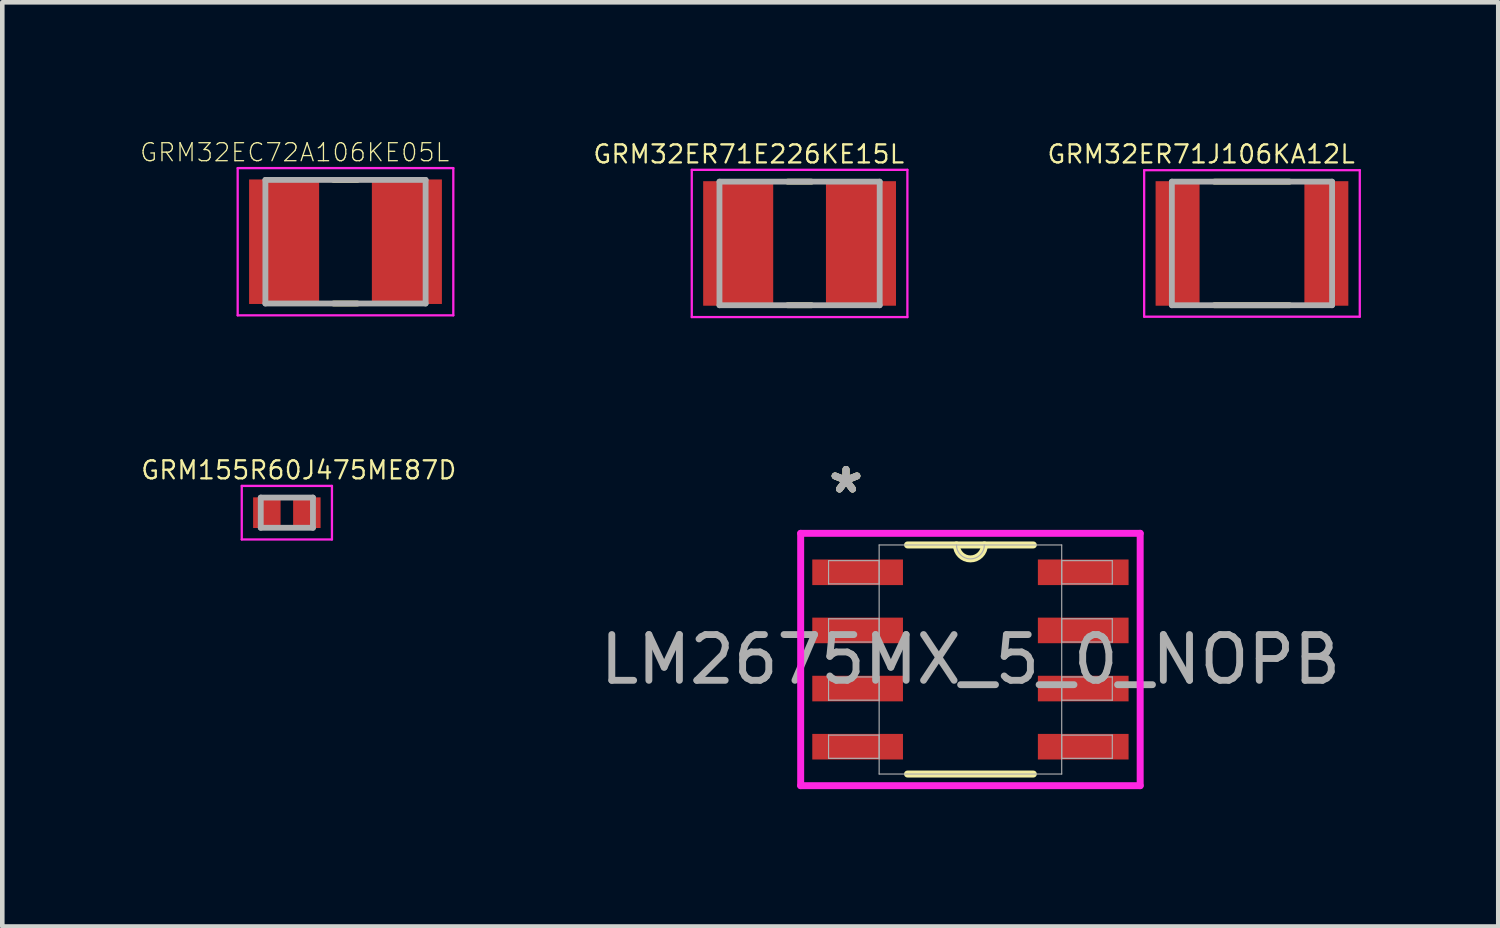
<source format=kicad_pcb>
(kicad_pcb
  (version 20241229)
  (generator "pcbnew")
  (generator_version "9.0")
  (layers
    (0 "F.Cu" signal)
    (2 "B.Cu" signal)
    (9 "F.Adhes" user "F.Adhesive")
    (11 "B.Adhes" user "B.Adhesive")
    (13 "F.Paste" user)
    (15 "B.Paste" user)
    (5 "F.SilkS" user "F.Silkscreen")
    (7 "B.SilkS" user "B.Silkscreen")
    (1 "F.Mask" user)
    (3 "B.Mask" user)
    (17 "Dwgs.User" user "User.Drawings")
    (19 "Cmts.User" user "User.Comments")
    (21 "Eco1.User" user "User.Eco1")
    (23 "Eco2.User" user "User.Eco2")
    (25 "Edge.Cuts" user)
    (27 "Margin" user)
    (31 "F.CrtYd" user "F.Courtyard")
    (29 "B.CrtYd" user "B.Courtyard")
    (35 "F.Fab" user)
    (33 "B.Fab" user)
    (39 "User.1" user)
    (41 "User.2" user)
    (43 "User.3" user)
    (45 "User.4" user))
  (footprint "GRM32ER71J106KA12L"
    (layer "F.Cu")
    (at 24.298 2.268)
    (property "Reference" "GRM32ER71J106KA12L" (at -1.11 -1.95 0) (layer "F.SilkS") (effects (font (size 0.394 0.394) (thickness 0.05))))
    (attr smd)
    (fp_line (start -0.82 -1.35) (end 0.82 -1.35) (stroke (width 0.127) (type solid)) (layer "F.SilkS"))
    (fp_line (start -0.82 1.35) (end 0.82 1.35) (stroke (width 0.127) (type solid)) (layer "F.SilkS"))
    (fp_line (start -2.355 -1.6) (end 2.355 -1.6) (stroke (width 0.05) (type solid)) (layer "F.CrtYd"))
    (fp_line (start -2.355 1.6) (end -2.355 -1.6) (stroke (width 0.05) (type solid)) (layer "F.CrtYd"))
    (fp_line (start -2.355 1.6) (end 2.355 1.6) (stroke (width 0.05) (type solid)) (layer "F.CrtYd"))
    (fp_line (start 2.355 1.6) (end 2.355 -1.6) (stroke (width 0.05) (type solid)) (layer "F.CrtYd"))
    (fp_line (start -1.75 1.35) (end -1.75 -1.35) (stroke (width 0.127) (type solid)) (layer "F.Fab"))
    (fp_line (start 1.75 -1.35) (end -1.75 -1.35) (stroke (width 0.127) (type solid)) (layer "F.Fab"))
    (fp_line (start 1.75 1.35) (end -1.75 1.35) (stroke (width 0.127) (type solid)) (layer "F.Fab"))
    (fp_line (start 1.75 1.35) (end 1.75 -1.35) (stroke (width 0.127) (type solid)) (layer "F.Fab"))
    (pad "1" smd rect (at -1.625 0) (size 0.96 2.72) (layers "F.Cu" "F.Mask" "F.Paste"))
    (pad "2" smd rect (at 1.625 0) (size 0.96 2.72) (layers "F.Cu" "F.Mask" "F.Paste")))
  (footprint "GRM32ER71E226KE15L"
    (layer "F.Cu")
    (at 14.416 2.268)
    (property "Reference" "GRM32ER71E226KE15L" (at -1.11 -1.95 0) (layer "F.SilkS") (effects (font (size 0.394 0.394) (thickness 0.05))))
    (attr smd)
    (fp_line (start -0.26 -1.35) (end 0.26 -1.35) (stroke (width 0.127) (type solid)) (layer "F.SilkS"))
    (fp_line (start -0.26 1.35) (end 0.26 1.35) (stroke (width 0.127) (type solid)) (layer "F.SilkS"))
    (fp_line (start -2.355 -1.608) (end 2.355 -1.608) (stroke (width 0.05) (type solid)) (layer "F.CrtYd"))
    (fp_line (start -2.355 1.608) (end -2.355 -1.608) (stroke (width 0.05) (type solid)) (layer "F.CrtYd"))
    (fp_line (start -2.355 1.608) (end 2.355 1.608) (stroke (width 0.05) (type solid)) (layer "F.CrtYd"))
    (fp_line (start 2.355 1.608) (end 2.355 -1.608) (stroke (width 0.05) (type solid)) (layer "F.CrtYd"))
    (fp_line (start -1.75 1.35) (end -1.75 -1.35) (stroke (width 0.127) (type solid)) (layer "F.Fab"))
    (fp_line (start 1.75 -1.35) (end -1.75 -1.35) (stroke (width 0.127) (type solid)) (layer "F.Fab"))
    (fp_line (start 1.75 1.35) (end -1.75 1.35) (stroke (width 0.127) (type solid)) (layer "F.Fab"))
    (fp_line (start 1.75 1.35) (end 1.75 -1.35) (stroke (width 0.127) (type solid)) (layer "F.Fab"))
    (pad "1" smd rect (at -1.341 0) (size 1.53 2.72) (layers "F.Cu" "F.Mask" "F.Paste"))
    (pad "2" smd rect (at 1.341 0) (size 1.53 2.72) (layers "F.Cu" "F.Mask" "F.Paste")))
  (footprint "LM2675MX_5_0_NOPB"
    (layer "F.Cu")
    (at 18.148 11.356)
    (property "Reference" "LM2675MX_5_0_NOPB" (at 0 0 0) (unlocked yes) (layer "F.SilkS") (effects (font (size 1 1) (thickness 0.05))))
    (attr smd)
    (fp_line (start -1.374 2.502) (end 1.374 2.502) (stroke (width 0.152) (type solid)) (layer "F.SilkS"))
    (fp_line (start 1.374 -2.502) (end -1.374 -2.502) (stroke (width 0.152) (type solid)) (layer "F.SilkS"))
    (fp_arc (start 0.3048 -2.5019) (mid 0 -2.1971) (end -0.3048 -2.5019) (stroke (width 0.1524) (type solid)) (layer "F.SilkS"))
    (fp_line (start -3.708 -2.756) (end 3.708 -2.756) (stroke (width 0.152) (type solid)) (layer "F.CrtYd"))
    (fp_line (start -3.708 2.756) (end -3.708 -2.756) (stroke (width 0.152) (type solid)) (layer "F.CrtYd"))
    (fp_line (start 3.708 -2.756) (end 3.708 2.756) (stroke (width 0.152) (type solid)) (layer "F.CrtYd"))
    (fp_line (start 3.708 2.756) (end -3.708 2.756) (stroke (width 0.152) (type solid)) (layer "F.CrtYd"))
    (fp_line (start -3.099 -2.159) (end -3.099 -1.651) (stroke (width 0.025) (type solid)) (layer "F.Fab"))
    (fp_line (start -3.099 -1.651) (end -1.994 -1.651) (stroke (width 0.025) (type solid)) (layer "F.Fab"))
    (fp_line (start -3.099 -0.889) (end -3.099 -0.381) (stroke (width 0.025) (type solid)) (layer "F.Fab"))
    (fp_line (start -3.099 -0.381) (end -1.994 -0.381) (stroke (width 0.025) (type solid)) (layer "F.Fab"))
    (fp_line (start -3.099 0.381) (end -3.099 0.889) (stroke (width 0.025) (type solid)) (layer "F.Fab"))
    (fp_line (start -3.099 0.889) (end -1.994 0.889) (stroke (width 0.025) (type solid)) (layer "F.Fab"))
    (fp_line (start -3.099 1.651) (end -3.099 2.159) (stroke (width 0.025) (type solid)) (layer "F.Fab"))
    (fp_line (start -3.099 2.159) (end -1.994 2.159) (stroke (width 0.025) (type solid)) (layer "F.Fab"))
    (fp_line (start -1.994 -2.502) (end -1.994 2.502) (stroke (width 0.025) (type solid)) (layer "F.Fab"))
    (fp_line (start -1.994 -2.159) (end -3.099 -2.159) (stroke (width 0.025) (type solid)) (layer "F.Fab"))
    (fp_line (start -1.994 -1.651) (end -1.994 -2.159) (stroke (width 0.025) (type solid)) (layer "F.Fab"))
    (fp_line (start -1.994 -0.889) (end -3.099 -0.889) (stroke (width 0.025) (type solid)) (layer "F.Fab"))
    (fp_line (start -1.994 -0.381) (end -1.994 -0.889) (stroke (width 0.025) (type solid)) (layer "F.Fab"))
    (fp_line (start -1.994 0.381) (end -3.099 0.381) (stroke (width 0.025) (type solid)) (layer "F.Fab"))
    (fp_line (start -1.994 0.889) (end -1.994 0.381) (stroke (width 0.025) (type solid)) (layer "F.Fab"))
    (fp_line (start -1.994 1.651) (end -3.099 1.651) (stroke (width 0.025) (type solid)) (layer "F.Fab"))
    (fp_line (start -1.994 2.159) (end -1.994 1.651) (stroke (width 0.025) (type solid)) (layer "F.Fab"))
    (fp_line (start -1.994 2.502) (end 1.994 2.502) (stroke (width 0.025) (type solid)) (layer "F.Fab"))
    (fp_line (start 1.994 -2.502) (end -1.994 -2.502) (stroke (width 0.025) (type solid)) (layer "F.Fab"))
    (fp_line (start 1.994 -2.159) (end 1.994 -1.651) (stroke (width 0.025) (type solid)) (layer "F.Fab"))
    (fp_line (start 1.994 -1.651) (end 3.099 -1.651) (stroke (width 0.025) (type solid)) (layer "F.Fab"))
    (fp_line (start 1.994 -0.889) (end 1.994 -0.381) (stroke (width 0.025) (type solid)) (layer "F.Fab"))
    (fp_line (start 1.994 -0.381) (end 3.099 -0.381) (stroke (width 0.025) (type solid)) (layer "F.Fab"))
    (fp_line (start 1.994 0.381) (end 1.994 0.889) (stroke (width 0.025) (type solid)) (layer "F.Fab"))
    (fp_line (start 1.994 0.889) (end 3.099 0.889) (stroke (width 0.025) (type solid)) (layer "F.Fab"))
    (fp_line (start 1.994 1.651) (end 1.994 2.159) (stroke (width 0.025) (type solid)) (layer "F.Fab"))
    (fp_line (start 1.994 2.159) (end 3.099 2.159) (stroke (width 0.025) (type solid)) (layer "F.Fab"))
    (fp_line (start 1.994 2.502) (end 1.994 -2.502) (stroke (width 0.025) (type solid)) (layer "F.Fab"))
    (fp_line (start 3.099 -2.159) (end 1.994 -2.159) (stroke (width 0.025) (type solid)) (layer "F.Fab"))
    (fp_line (start 3.099 -1.651) (end 3.099 -2.159) (stroke (width 0.025) (type solid)) (layer "F.Fab"))
    (fp_line (start 3.099 -0.889) (end 1.994 -0.889) (stroke (width 0.025) (type solid)) (layer "F.Fab"))
    (fp_line (start 3.099 -0.381) (end 3.099 -0.889) (stroke (width 0.025) (type solid)) (layer "F.Fab"))
    (fp_line (start 3.099 0.381) (end 1.994 0.381) (stroke (width 0.025) (type solid)) (layer "F.Fab"))
    (fp_line (start 3.099 0.889) (end 3.099 0.381) (stroke (width 0.025) (type solid)) (layer "F.Fab"))
    (fp_line (start 3.099 1.651) (end 1.994 1.651) (stroke (width 0.025) (type solid)) (layer "F.Fab"))
    (fp_line (start 3.099 2.159) (end 3.099 1.651) (stroke (width 0.025) (type solid)) (layer "F.Fab"))
    (fp_arc (start 0.3048 -2.5019) (mid 0 -2.1971) (end -0.3048 -2.5019) (stroke (width 0.0254) (type solid)) (layer "F.Fab"))
    (fp_text user "*" (at -2.718 -3.607 0) (unlocked yes) (layer "F.SilkS") (effects (font (size 1 1) (thickness 0.15))))
    (fp_text user "*" (at -2.718 -3.607 0) (layer "F.SilkS") (effects (font (size 1 1) (thickness 0.15))))
    (fp_text user "*" (at -2.718 -3.607 0) (layer "F.Fab") (effects (font (size 1 1) (thickness 0.15))))
    (fp_text user "*" (at -2.718 -3.607 0) (unlocked yes) (layer "F.Fab") (effects (font (size 1 1) (thickness 0.15))))
    (fp_text user "${REFERENCE}" (at 0 0 0) (unlocked yes) (layer "F.Fab") (effects (font (size 1 1) (thickness 0.15))))
    (pad "1" smd rect (at -2.464 -1.905) (size 1.981 0.559) (layers "F.Cu" "F.Mask" "F.Paste"))
    (pad "2" smd rect (at -2.464 -0.635) (size 1.981 0.559) (layers "F.Cu" "F.Mask" "F.Paste"))
    (pad "3" smd rect (at -2.464 0.635) (size 1.981 0.559) (layers "F.Cu" "F.Mask" "F.Paste"))
    (pad "4" smd rect (at -2.464 1.905) (size 1.981 0.559) (layers "F.Cu" "F.Mask" "F.Paste"))
    (pad "5" smd rect (at 2.464 1.905) (size 1.981 0.559) (layers "F.Cu" "F.Mask" "F.Paste"))
    (pad "6" smd rect (at 2.464 0.635) (size 1.981 0.559) (layers "F.Cu" "F.Mask" "F.Paste"))
    (pad "7" smd rect (at 2.464 -0.635) (size 1.981 0.559) (layers "F.Cu" "F.Mask" "F.Paste"))
    (pad "8" smd rect (at 2.464 -1.905) (size 1.981 0.559) (layers "F.Cu" "F.Mask" "F.Paste")))
  (footprint "GRM32EC72A106KE05L"
    (layer "F.Cu")
    (at 4.497 2.23)
    (property "Reference" "GRM32EC72A106KE05L" (at -1.11 -1.95 0) (layer "F.SilkS") (effects (font (size 0.394 0.394) (thickness 0.028))))
    (attr smd)
    (fp_line (start -0.26 -1.35) (end 0.26 -1.35) (stroke (width 0.127) (type solid)) (layer "F.SilkS"))
    (fp_line (start -0.26 1.35) (end 0.26 1.35) (stroke (width 0.127) (type solid)) (layer "F.SilkS"))
    (fp_line (start -2.355 -1.608) (end 2.355 -1.608) (stroke (width 0.05) (type solid)) (layer "F.CrtYd"))
    (fp_line (start -2.355 1.608) (end -2.355 -1.608) (stroke (width 0.05) (type solid)) (layer "F.CrtYd"))
    (fp_line (start -2.355 1.608) (end 2.355 1.608) (stroke (width 0.05) (type solid)) (layer "F.CrtYd"))
    (fp_line (start 2.355 1.608) (end 2.355 -1.608) (stroke (width 0.05) (type solid)) (layer "F.CrtYd"))
    (fp_line (start -1.75 1.35) (end -1.75 -1.35) (stroke (width 0.127) (type solid)) (layer "F.Fab"))
    (fp_line (start 1.75 -1.35) (end -1.75 -1.35) (stroke (width 0.127) (type solid)) (layer "F.Fab"))
    (fp_line (start 1.75 1.35) (end -1.75 1.35) (stroke (width 0.127) (type solid)) (layer "F.Fab"))
    (fp_line (start 1.75 1.35) (end 1.75 -1.35) (stroke (width 0.127) (type solid)) (layer "F.Fab"))
    (pad "1" smd rect (at -1.341 0) (size 1.53 2.72) (layers "F.Cu" "F.Mask" "F.Paste"))
    (pad "2" smd rect (at 1.341 0) (size 1.53 2.72) (layers "F.Cu" "F.Mask" "F.Paste")))
  (footprint "GRM155R60J475ME87D"
    (layer "F.Cu")
    (at 3.216 8.149)
    (property "Reference" "GRM155R60J475ME87D" (at 0.26 -0.93 0) (layer "F.SilkS") (effects (font (size 0.394 0.394) (thickness 0.05))))
    (attr smd)
    (fp_line (start -0.985 -0.585) (end 0.985 -0.585) (stroke (width 0.05) (type solid)) (layer "F.CrtYd"))
    (fp_line (start -0.985 0.585) (end -0.985 -0.585) (stroke (width 0.05) (type solid)) (layer "F.CrtYd"))
    (fp_line (start -0.985 0.585) (end 0.985 0.585) (stroke (width 0.05) (type solid)) (layer "F.CrtYd"))
    (fp_line (start 0.985 0.585) (end 0.985 -0.585) (stroke (width 0.05) (type solid)) (layer "F.CrtYd"))
    (fp_line (start -0.57 0.33) (end -0.57 -0.33) (stroke (width 0.127) (type solid)) (layer "F.Fab"))
    (fp_line (start 0.57 -0.33) (end -0.57 -0.33) (stroke (width 0.127) (type solid)) (layer "F.Fab"))
    (fp_line (start 0.57 0.33) (end -0.57 0.33) (stroke (width 0.127) (type solid)) (layer "F.Fab"))
    (fp_line (start 0.57 0.33) (end 0.57 -0.33) (stroke (width 0.127) (type solid)) (layer "F.Fab"))
    (pad "1" smd rect (at -0.437 0) (size 0.6 0.67) (layers "F.Cu" "F.Mask" "F.Paste"))
    (pad "2" smd rect (at 0.437 0) (size 0.6 0.67) (layers "F.Cu" "F.Mask" "F.Paste")))
  (gr_rect
    (start -3 -3)
    (end 29.678 17.188)
    (stroke (width 0.1) (type default))
    (fill no)
    (layer "Edge.Cuts")))
</source>
